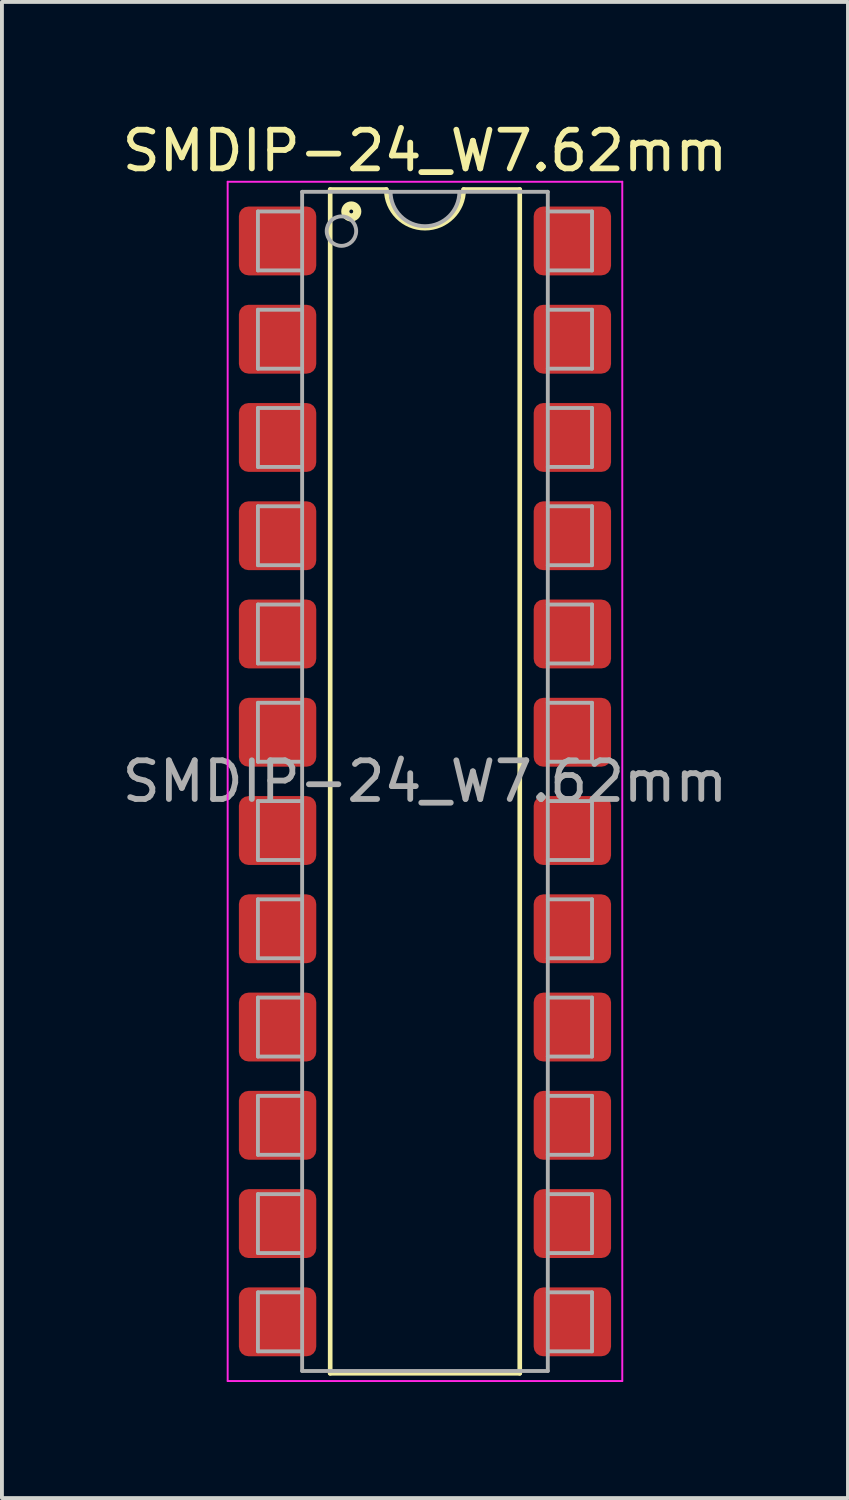
<source format=kicad_pcb>
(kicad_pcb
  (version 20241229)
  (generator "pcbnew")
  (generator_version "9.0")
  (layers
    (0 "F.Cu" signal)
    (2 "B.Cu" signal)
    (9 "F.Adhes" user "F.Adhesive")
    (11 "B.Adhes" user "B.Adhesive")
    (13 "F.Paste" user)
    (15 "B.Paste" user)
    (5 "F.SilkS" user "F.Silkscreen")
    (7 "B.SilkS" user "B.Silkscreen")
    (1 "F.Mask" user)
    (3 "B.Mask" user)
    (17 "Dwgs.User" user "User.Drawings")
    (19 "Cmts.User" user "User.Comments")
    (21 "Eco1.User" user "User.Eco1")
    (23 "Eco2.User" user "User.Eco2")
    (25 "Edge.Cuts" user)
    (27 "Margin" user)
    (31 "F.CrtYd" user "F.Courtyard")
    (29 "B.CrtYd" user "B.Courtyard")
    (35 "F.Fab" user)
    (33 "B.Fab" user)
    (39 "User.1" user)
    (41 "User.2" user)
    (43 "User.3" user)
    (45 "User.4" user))
  (footprint "SMDIP-24_W7.62mm"
    (layer "F.Cu")
    (at 7.935 17.148)
    (property "Reference" "SMDIP-24_W7.62mm" (at 0 -16.3 0) (layer "F.SilkS") (effects (font (size 1 1) (thickness 0.15))))
    (attr smd)
    (fp_line (start -2.45 -15.3) (end -2.45 15.3) (stroke (width 0.12) (type solid)) (layer "F.SilkS"))
    (fp_line (start -2.45 15.3) (end 2.45 15.3) (stroke (width 0.12) (type solid)) (layer "F.SilkS"))
    (fp_line (start -1 -15.3) (end -2.45 -15.3) (stroke (width 0.12) (type solid)) (layer "F.SilkS"))
    (fp_line (start 2.45 -15.3) (end 1 -15.3) (stroke (width 0.12) (type solid)) (layer "F.SilkS"))
    (fp_line (start 2.45 15.3) (end 2.45 -15.3) (stroke (width 0.12) (type solid)) (layer "F.SilkS"))
    (fp_arc (start 1 -15.3) (mid 0 -14.3) (end -1 -15.3) (stroke (width 0.12) (type solid)) (layer "F.SilkS"))
    (fp_circle (center -1.905 -14.732) (end -1.855 -14.732) (stroke (width 0.12) (type solid)) (fill no) (layer "F.SilkS"))
    (fp_circle (center -1.905 -14.732) (end -1.78 -14.732) (stroke (width 0.12) (type solid)) (fill no) (layer "F.SilkS"))
    (fp_circle (center -1.905 -14.732) (end -1.705 -14.732) (stroke (width 0.12) (type solid)) (fill no) (layer "F.SilkS"))
    (fp_line (start -5.1 -15.5) (end -5.1 15.5) (stroke (width 0.05) (type solid)) (layer "F.CrtYd"))
    (fp_line (start -5.1 15.5) (end 5.1 15.5) (stroke (width 0.05) (type solid)) (layer "F.CrtYd"))
    (fp_line (start 5.1 -15.5) (end -5.1 -15.5) (stroke (width 0.05) (type solid)) (layer "F.CrtYd"))
    (fp_line (start 5.1 15.5) (end 5.1 -15.5) (stroke (width 0.05) (type solid)) (layer "F.CrtYd"))
    (fp_line (start -4.318 -14.732) (end -4.318 -13.208) (stroke (width 0.1) (type solid)) (layer "F.Fab"))
    (fp_line (start -4.318 -14.732) (end -3.175 -14.732) (stroke (width 0.1) (type solid)) (layer "F.Fab"))
    (fp_line (start -4.318 -13.208) (end -3.175 -13.208) (stroke (width 0.1) (type solid)) (layer "F.Fab"))
    (fp_line (start -4.318 -12.192) (end -4.318 -10.668) (stroke (width 0.1) (type solid)) (layer "F.Fab"))
    (fp_line (start -4.318 -12.192) (end -3.175 -12.192) (stroke (width 0.1) (type solid)) (layer "F.Fab"))
    (fp_line (start -4.318 -10.668) (end -3.175 -10.668) (stroke (width 0.1) (type solid)) (layer "F.Fab"))
    (fp_line (start -4.318 -9.652) (end -4.318 -8.128) (stroke (width 0.1) (type solid)) (layer "F.Fab"))
    (fp_line (start -4.318 -9.652) (end -3.175 -9.652) (stroke (width 0.1) (type solid)) (layer "F.Fab"))
    (fp_line (start -4.318 -8.128) (end -3.175 -8.128) (stroke (width 0.1) (type solid)) (layer "F.Fab"))
    (fp_line (start -4.318 -7.112) (end -4.318 -5.588) (stroke (width 0.1) (type solid)) (layer "F.Fab"))
    (fp_line (start -4.318 -7.112) (end -3.175 -7.112) (stroke (width 0.1) (type solid)) (layer "F.Fab"))
    (fp_line (start -4.318 -5.588) (end -3.175 -5.588) (stroke (width 0.1) (type solid)) (layer "F.Fab"))
    (fp_line (start -4.318 -4.572) (end -4.318 -3.048) (stroke (width 0.1) (type solid)) (layer "F.Fab"))
    (fp_line (start -4.318 -4.572) (end -3.175 -4.572) (stroke (width 0.1) (type solid)) (layer "F.Fab"))
    (fp_line (start -4.318 -3.048) (end -3.175 -3.048) (stroke (width 0.1) (type solid)) (layer "F.Fab"))
    (fp_line (start -4.318 -2.032) (end -4.318 -0.508) (stroke (width 0.1) (type solid)) (layer "F.Fab"))
    (fp_line (start -4.318 -2.032) (end -3.175 -2.032) (stroke (width 0.1) (type solid)) (layer "F.Fab"))
    (fp_line (start -4.318 -0.508) (end -3.175 -0.508) (stroke (width 0.1) (type solid)) (layer "F.Fab"))
    (fp_line (start -4.318 0.508) (end -4.318 2.032) (stroke (width 0.1) (type solid)) (layer "F.Fab"))
    (fp_line (start -4.318 0.508) (end -3.175 0.508) (stroke (width 0.1) (type solid)) (layer "F.Fab"))
    (fp_line (start -4.318 2.032) (end -3.175 2.032) (stroke (width 0.1) (type solid)) (layer "F.Fab"))
    (fp_line (start -4.318 3.048) (end -4.318 4.572) (stroke (width 0.1) (type solid)) (layer "F.Fab"))
    (fp_line (start -4.318 3.048) (end -3.175 3.048) (stroke (width 0.1) (type solid)) (layer "F.Fab"))
    (fp_line (start -4.318 4.572) (end -3.175 4.572) (stroke (width 0.1) (type solid)) (layer "F.Fab"))
    (fp_line (start -4.318 5.588) (end -4.318 7.112) (stroke (width 0.1) (type solid)) (layer "F.Fab"))
    (fp_line (start -4.318 5.588) (end -3.175 5.588) (stroke (width 0.1) (type solid)) (layer "F.Fab"))
    (fp_line (start -4.318 7.112) (end -3.175 7.112) (stroke (width 0.1) (type solid)) (layer "F.Fab"))
    (fp_line (start -4.318 8.128) (end -4.318 9.652) (stroke (width 0.1) (type solid)) (layer "F.Fab"))
    (fp_line (start -4.318 8.128) (end -3.175 8.128) (stroke (width 0.1) (type solid)) (layer "F.Fab"))
    (fp_line (start -4.318 9.652) (end -3.175 9.652) (stroke (width 0.1) (type solid)) (layer "F.Fab"))
    (fp_line (start -4.318 10.668) (end -4.318 12.192) (stroke (width 0.1) (type solid)) (layer "F.Fab"))
    (fp_line (start -4.318 10.668) (end -3.175 10.668) (stroke (width 0.1) (type solid)) (layer "F.Fab"))
    (fp_line (start -4.318 12.192) (end -3.175 12.192) (stroke (width 0.1) (type solid)) (layer "F.Fab"))
    (fp_line (start -4.318 13.208) (end -4.318 14.732) (stroke (width 0.1) (type solid)) (layer "F.Fab"))
    (fp_line (start -4.318 13.208) (end -3.175 13.208) (stroke (width 0.1) (type solid)) (layer "F.Fab"))
    (fp_line (start -4.318 14.732) (end -3.175 14.732) (stroke (width 0.1) (type solid)) (layer "F.Fab"))
    (fp_line (start -3.175 -15.24) (end 3.175 -15.24) (stroke (width 0.1) (type solid)) (layer "F.Fab"))
    (fp_line (start -3.175 15.24) (end -3.175 -15.24) (stroke (width 0.1) (type solid)) (layer "F.Fab"))
    (fp_line (start 3.175 -15.24) (end 3.175 15.24) (stroke (width 0.1) (type solid)) (layer "F.Fab"))
    (fp_line (start 3.175 15.24) (end -3.175 15.24) (stroke (width 0.1) (type solid)) (layer "F.Fab"))
    (fp_line (start 4.318 -14.732) (end 3.175 -14.732) (stroke (width 0.1) (type solid)) (layer "F.Fab"))
    (fp_line (start 4.318 -13.208) (end 3.175 -13.208) (stroke (width 0.1) (type solid)) (layer "F.Fab"))
    (fp_line (start 4.318 -13.208) (end 4.318 -14.732) (stroke (width 0.1) (type solid)) (layer "F.Fab"))
    (fp_line (start 4.318 -12.192) (end 3.175 -12.192) (stroke (width 0.1) (type solid)) (layer "F.Fab"))
    (fp_line (start 4.318 -10.668) (end 3.175 -10.668) (stroke (width 0.1) (type solid)) (layer "F.Fab"))
    (fp_line (start 4.318 -10.668) (end 4.318 -12.192) (stroke (width 0.1) (type solid)) (layer "F.Fab"))
    (fp_line (start 4.318 -9.652) (end 3.175 -9.652) (stroke (width 0.1) (type solid)) (layer "F.Fab"))
    (fp_line (start 4.318 -8.128) (end 3.175 -8.128) (stroke (width 0.1) (type solid)) (layer "F.Fab"))
    (fp_line (start 4.318 -8.128) (end 4.318 -9.652) (stroke (width 0.1) (type solid)) (layer "F.Fab"))
    (fp_line (start 4.318 -7.112) (end 3.175 -7.112) (stroke (width 0.1) (type solid)) (layer "F.Fab"))
    (fp_line (start 4.318 -5.588) (end 3.175 -5.588) (stroke (width 0.1) (type solid)) (layer "F.Fab"))
    (fp_line (start 4.318 -5.588) (end 4.318 -7.112) (stroke (width 0.1) (type solid)) (layer "F.Fab"))
    (fp_line (start 4.318 -4.572) (end 3.175 -4.572) (stroke (width 0.1) (type solid)) (layer "F.Fab"))
    (fp_line (start 4.318 -3.048) (end 3.175 -3.048) (stroke (width 0.1) (type solid)) (layer "F.Fab"))
    (fp_line (start 4.318 -3.048) (end 4.318 -4.572) (stroke (width 0.1) (type solid)) (layer "F.Fab"))
    (fp_line (start 4.318 -2.032) (end 3.175 -2.032) (stroke (width 0.1) (type solid)) (layer "F.Fab"))
    (fp_line (start 4.318 -0.508) (end 3.175 -0.508) (stroke (width 0.1) (type solid)) (layer "F.Fab"))
    (fp_line (start 4.318 -0.508) (end 4.318 -2.032) (stroke (width 0.1) (type solid)) (layer "F.Fab"))
    (fp_line (start 4.318 0.508) (end 3.175 0.508) (stroke (width 0.1) (type solid)) (layer "F.Fab"))
    (fp_line (start 4.318 2.032) (end 3.175 2.032) (stroke (width 0.1) (type solid)) (layer "F.Fab"))
    (fp_line (start 4.318 2.032) (end 4.318 0.508) (stroke (width 0.1) (type solid)) (layer "F.Fab"))
    (fp_line (start 4.318 3.048) (end 3.175 3.048) (stroke (width 0.1) (type solid)) (layer "F.Fab"))
    (fp_line (start 4.318 4.572) (end 3.175 4.572) (stroke (width 0.1) (type solid)) (layer "F.Fab"))
    (fp_line (start 4.318 4.572) (end 4.318 3.048) (stroke (width 0.1) (type solid)) (layer "F.Fab"))
    (fp_line (start 4.318 5.588) (end 3.175 5.588) (stroke (width 0.1) (type solid)) (layer "F.Fab"))
    (fp_line (start 4.318 7.112) (end 3.175 7.112) (stroke (width 0.1) (type solid)) (layer "F.Fab"))
    (fp_line (start 4.318 7.112) (end 4.318 5.588) (stroke (width 0.1) (type solid)) (layer "F.Fab"))
    (fp_line (start 4.318 8.128) (end 3.175 8.128) (stroke (width 0.1) (type solid)) (layer "F.Fab"))
    (fp_line (start 4.318 9.652) (end 3.175 9.652) (stroke (width 0.1) (type solid)) (layer "F.Fab"))
    (fp_line (start 4.318 9.652) (end 4.318 8.128) (stroke (width 0.1) (type solid)) (layer "F.Fab"))
    (fp_line (start 4.318 10.668) (end 3.175 10.668) (stroke (width 0.1) (type solid)) (layer "F.Fab"))
    (fp_line (start 4.318 12.192) (end 3.175 12.192) (stroke (width 0.1) (type solid)) (layer "F.Fab"))
    (fp_line (start 4.318 12.192) (end 4.318 10.668) (stroke (width 0.1) (type solid)) (layer "F.Fab"))
    (fp_line (start 4.318 13.208) (end 3.175 13.208) (stroke (width 0.1) (type solid)) (layer "F.Fab"))
    (fp_line (start 4.318 14.732) (end 3.175 14.732) (stroke (width 0.1) (type solid)) (layer "F.Fab"))
    (fp_line (start 4.318 14.732) (end 4.318 13.208) (stroke (width 0.1) (type solid)) (layer "F.Fab"))
    (fp_arc (start 0.889 -15.24) (mid 0 -14.351) (end -0.889 -15.24) (stroke (width 0.1) (type solid)) (layer "F.Fab"))
    (fp_circle (center -2.159 -14.224) (end -1.778 -14.224) (stroke (width 0.1) (type solid)) (fill no) (layer "F.Fab"))
    (fp_text user "${REFERENCE}" (at 0 0 0) (layer "F.Fab") (effects (font (size 1 1) (thickness 0.15))))
    (pad "1" smd roundrect (at -3.81 -13.97) (size 2 1.78) (layers "F.Cu" "F.Mask" "F.Paste") (roundrect_rratio 0.14))
    (pad "2" smd roundrect (at -3.81 -11.43) (size 2 1.78) (layers "F.Cu" "F.Mask" "F.Paste") (roundrect_rratio 0.14))
    (pad "3" smd roundrect (at -3.81 -8.89) (size 2 1.78) (layers "F.Cu" "F.Mask" "F.Paste") (roundrect_rratio 0.14))
    (pad "4" smd roundrect (at -3.81 -6.35) (size 2 1.78) (layers "F.Cu" "F.Mask" "F.Paste") (roundrect_rratio 0.14))
    (pad "5" smd roundrect (at -3.81 -3.81) (size 2 1.78) (layers "F.Cu" "F.Mask" "F.Paste") (roundrect_rratio 0.14))
    (pad "6" smd roundrect (at -3.81 -1.27) (size 2 1.78) (layers "F.Cu" "F.Mask" "F.Paste") (roundrect_rratio 0.14))
    (pad "7" smd roundrect (at -3.81 1.27) (size 2 1.78) (layers "F.Cu" "F.Mask" "F.Paste") (roundrect_rratio 0.14))
    (pad "8" smd roundrect (at -3.81 3.81) (size 2 1.78) (layers "F.Cu" "F.Mask" "F.Paste") (roundrect_rratio 0.14))
    (pad "9" smd roundrect (at -3.81 6.35) (size 2 1.78) (layers "F.Cu" "F.Mask" "F.Paste") (roundrect_rratio 0.14))
    (pad "10" smd roundrect (at -3.81 8.89) (size 2 1.78) (layers "F.Cu" "F.Mask" "F.Paste") (roundrect_rratio 0.14))
    (pad "11" smd roundrect (at -3.81 11.43) (size 2 1.78) (layers "F.Cu" "F.Mask" "F.Paste") (roundrect_rratio 0.14))
    (pad "12" smd roundrect (at -3.81 13.97) (size 2 1.78) (layers "F.Cu" "F.Mask" "F.Paste") (roundrect_rratio 0.14))
    (pad "13" smd roundrect (at 3.81 13.97) (size 2 1.78) (layers "F.Cu" "F.Mask" "F.Paste") (roundrect_rratio 0.14))
    (pad "14" smd roundrect (at 3.81 11.43) (size 2 1.78) (layers "F.Cu" "F.Mask" "F.Paste") (roundrect_rratio 0.14))
    (pad "15" smd roundrect (at 3.81 8.89) (size 2 1.78) (layers "F.Cu" "F.Mask" "F.Paste") (roundrect_rratio 0.14))
    (pad "16" smd roundrect (at 3.81 6.35) (size 2 1.78) (layers "F.Cu" "F.Mask" "F.Paste") (roundrect_rratio 0.14))
    (pad "17" smd roundrect (at 3.81 3.81) (size 2 1.78) (layers "F.Cu" "F.Mask" "F.Paste") (roundrect_rratio 0.14))
    (pad "18" smd roundrect (at 3.81 1.27) (size 2 1.78) (layers "F.Cu" "F.Mask" "F.Paste") (roundrect_rratio 0.14))
    (pad "19" smd roundrect (at 3.81 -1.27) (size 2 1.78) (layers "F.Cu" "F.Mask" "F.Paste") (roundrect_rratio 0.14))
    (pad "20" smd roundrect (at 3.81 -3.81) (size 2 1.78) (layers "F.Cu" "F.Mask" "F.Paste") (roundrect_rratio 0.14))
    (pad "21" smd roundrect (at 3.81 -6.35) (size 2 1.78) (layers "F.Cu" "F.Mask" "F.Paste") (roundrect_rratio 0.14))
    (pad "22" smd roundrect (at 3.81 -8.89) (size 2 1.78) (layers "F.Cu" "F.Mask" "F.Paste") (roundrect_rratio 0.14))
    (pad "23" smd roundrect (at 3.81 -11.43) (size 2 1.78) (layers "F.Cu" "F.Mask" "F.Paste") (roundrect_rratio 0.14))
    (pad "24" smd roundrect (at 3.81 -13.97) (size 2 1.78) (layers "F.Cu" "F.Mask" "F.Paste") (roundrect_rratio 0.14)))
  (gr_rect
    (start -3 -3)
    (end 18.869 35.673)
    (stroke (width 0.1) (type default))
    (fill no)
    (layer "Edge.Cuts")))
</source>
